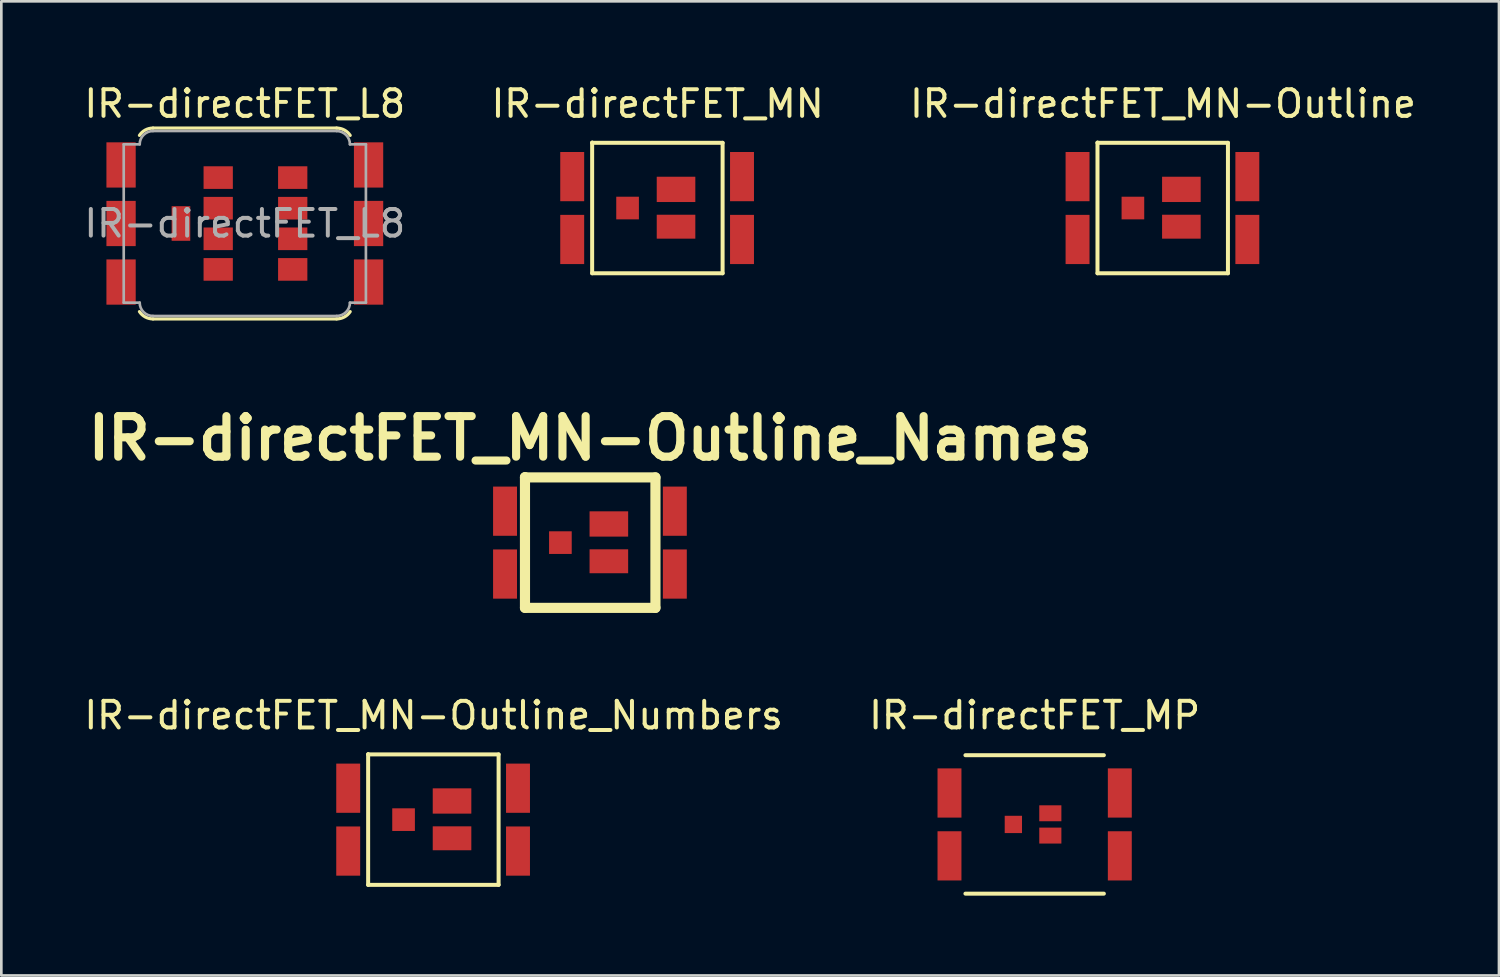
<source format=kicad_pcb>
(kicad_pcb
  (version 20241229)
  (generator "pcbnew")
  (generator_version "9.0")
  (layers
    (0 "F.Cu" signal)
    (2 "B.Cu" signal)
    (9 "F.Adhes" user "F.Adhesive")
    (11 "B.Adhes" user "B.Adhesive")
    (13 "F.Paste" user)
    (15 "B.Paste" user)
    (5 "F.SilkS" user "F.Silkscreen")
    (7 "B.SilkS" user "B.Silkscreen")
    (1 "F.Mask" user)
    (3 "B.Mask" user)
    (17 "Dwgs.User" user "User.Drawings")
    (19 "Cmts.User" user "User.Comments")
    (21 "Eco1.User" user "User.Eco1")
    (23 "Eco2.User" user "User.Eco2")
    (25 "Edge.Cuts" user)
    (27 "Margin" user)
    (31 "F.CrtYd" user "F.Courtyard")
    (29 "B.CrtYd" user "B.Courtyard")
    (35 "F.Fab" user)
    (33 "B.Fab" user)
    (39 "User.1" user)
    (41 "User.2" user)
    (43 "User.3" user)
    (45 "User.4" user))
  (footprint "IR-directFET_MP"
    (layer "F.Cu")
    (at 35.827 27.928)
    (property "Reference" "IR-directFET_MP" (at 0 -4.1 0) (layer "F.SilkS") (effects (font (size 1 1) (thickness 0.15))))
    (attr through_hole)
    (fp_line (start -2.601 -2.601) (end 2.601 -2.601) (stroke (width 0.15) (type solid)) (layer "F.SilkS"))
    (fp_line (start 2.601 2.601) (end -2.601 2.601) (stroke (width 0.15) (type solid)) (layer "F.SilkS"))
    (pad "1" smd rect (at 3.2 -1.181) (size 0.899 1.849) (layers "F.Cu" "F.Mask" "F.Paste"))
    (pad "2" smd rect (at 3.2 1.181) (size 0.899 1.849) (layers "F.Cu" "F.Mask" "F.Paste"))
    (pad "3" smd rect (at 0.589 -0.419) (size 0.831 0.599) (layers "F.Cu" "F.Mask" "F.Paste"))
    (pad "4" smd rect (at 0.589 0.419) (size 0.831 0.599) (layers "F.Cu" "F.Mask" "F.Paste"))
    (pad "5" smd rect (at -0.8 0) (size 0.65 0.65) (layers "F.Cu" "F.Mask" "F.Paste"))
    (pad "6" smd rect (at -3.2 -1.181) (size 0.899 1.849) (layers "F.Cu" "F.Mask" "F.Paste"))
    (pad "7" smd rect (at -3.2 1.181) (size 0.899 1.849) (layers "F.Cu" "F.Mask" "F.Paste")))
  (footprint "IR-directFET_MN"
    (layer "F.Cu")
    (at 21.651 4.767)
    (property "Reference" "IR-directFET_MN" (at 0.01 -3.919 0) (layer "F.SilkS") (effects (font (size 1 1) (thickness 0.15))))
    (attr through_hole)
    (fp_line (start -2.451 -2.451) (end -2.451 -2.461) (stroke (width 0.15) (type solid)) (layer "F.SilkS"))
    (fp_line (start -2.451 2.451) (end -2.451 -2.451) (stroke (width 0.15) (type solid)) (layer "F.SilkS"))
    (fp_line (start -2.441 -2.451) (end 2.451 -2.451) (stroke (width 0.15) (type solid)) (layer "F.SilkS"))
    (fp_line (start 2.451 -2.451) (end 2.451 2.451) (stroke (width 0.15) (type solid)) (layer "F.SilkS"))
    (fp_line (start 2.451 2.451) (end -2.451 2.451) (stroke (width 0.15) (type solid)) (layer "F.SilkS"))
    (pad "1" smd rect (at 3.18 -1.181) (size 0.899 1.849) (layers "F.Cu" "F.Mask" "F.Paste"))
    (pad "2" smd rect (at 3.18 1.181) (size 0.899 1.849) (layers "F.Cu" "F.Mask" "F.Paste"))
    (pad "3" smd rect (at 0.701 -0.701) (size 1.45 0.95) (layers "F.Cu" "F.Mask" "F.Paste"))
    (pad "4" smd rect (at 0.701 0.701) (size 1.45 0.899) (layers "F.Cu" "F.Mask" "F.Paste"))
    (pad "5" smd rect (at -1.12 0) (size 0.851 0.851) (layers "F.Cu" "F.Mask" "F.Paste"))
    (pad "6" smd rect (at -3.2 -1.181) (size 0.899 1.849) (layers "F.Cu" "F.Mask" "F.Paste"))
    (pad "7" smd rect (at -3.2 1.181) (size 0.899 1.849) (layers "F.Cu" "F.Mask" "F.Paste")))
  (footprint "IR-directFET_MN-Outline_Numbers"
    (layer "F.Cu")
    (at 13.234 27.748)
    (property "Reference" "IR-directFET_MN-Outline_Numbers" (at 0.01 -3.919 0) (layer "F.SilkS") (effects (font (size 1 1) (thickness 0.15))))
    (attr through_hole)
    (fp_line (start -2.451 -2.451) (end -2.451 -2.461) (stroke (width 0.15) (type solid)) (layer "F.SilkS"))
    (fp_line (start -2.451 2.451) (end -2.451 -2.451) (stroke (width 0.15) (type solid)) (layer "F.SilkS"))
    (fp_line (start -2.441 -2.451) (end 2.451 -2.451) (stroke (width 0.15) (type solid)) (layer "F.SilkS"))
    (fp_line (start 2.451 -2.451) (end 2.451 2.451) (stroke (width 0.15) (type solid)) (layer "F.SilkS"))
    (fp_line (start 2.451 2.451) (end -2.451 2.451) (stroke (width 0.15) (type solid)) (layer "F.SilkS"))
    (pad "1" smd rect (at 3.18 -1.181) (size 0.899 1.849) (layers "F.Cu" "F.Mask" "F.Paste"))
    (pad "2" smd rect (at 3.18 1.181) (size 0.899 1.849) (layers "F.Cu" "F.Mask" "F.Paste"))
    (pad "3" smd rect (at 0.701 -0.701) (size 1.45 0.95) (layers "F.Cu" "F.Mask" "F.Paste"))
    (pad "4" smd rect (at 0.701 0.701) (size 1.45 0.899) (layers "F.Cu" "F.Mask" "F.Paste"))
    (pad "5" smd rect (at -1.12 0) (size 0.851 0.851) (layers "F.Cu" "F.Mask" "F.Paste"))
    (pad "6" smd rect (at -3.2 -1.181) (size 0.899 1.849) (layers "F.Cu" "F.Mask" "F.Paste"))
    (pad "7" smd rect (at -3.2 1.181) (size 0.899 1.849) (layers "F.Cu" "F.Mask" "F.Paste")))
  (footprint "IR-directFET_MN-Outline"
    (layer "F.Cu")
    (at 40.639 4.767)
    (property "Reference" "IR-directFET_MN-Outline" (at 0.01 -3.919 0) (layer "F.SilkS") (effects (font (size 1 1) (thickness 0.15))))
    (attr through_hole)
    (fp_line (start -2.451 -2.451) (end -2.451 -2.461) (stroke (width 0.15) (type solid)) (layer "F.SilkS"))
    (fp_line (start -2.451 2.451) (end -2.451 -2.451) (stroke (width 0.15) (type solid)) (layer "F.SilkS"))
    (fp_line (start -2.441 -2.451) (end 2.451 -2.451) (stroke (width 0.15) (type solid)) (layer "F.SilkS"))
    (fp_line (start 2.451 -2.451) (end 2.451 2.451) (stroke (width 0.15) (type solid)) (layer "F.SilkS"))
    (fp_line (start 2.451 2.451) (end -2.451 2.451) (stroke (width 0.15) (type solid)) (layer "F.SilkS"))
    (pad "1" smd rect (at 3.18 -1.181) (size 0.899 1.849) (layers "F.Cu" "F.Mask" "F.Paste"))
    (pad "2" smd rect (at 3.18 1.181) (size 0.899 1.849) (layers "F.Cu" "F.Mask" "F.Paste"))
    (pad "3" smd rect (at 0.701 -0.701) (size 1.45 0.95) (layers "F.Cu" "F.Mask" "F.Paste"))
    (pad "4" smd rect (at 0.701 0.701) (size 1.45 0.899) (layers "F.Cu" "F.Mask" "F.Paste"))
    (pad "5" smd rect (at -1.12 0) (size 0.851 0.851) (layers "F.Cu" "F.Mask" "F.Paste"))
    (pad "6" smd rect (at -3.2 -1.181) (size 0.899 1.849) (layers "F.Cu" "F.Mask" "F.Paste"))
    (pad "7" smd rect (at -3.2 1.181) (size 0.899 1.849) (layers "F.Cu" "F.Mask" "F.Paste")))
  (footprint "IR-directFET_L8"
    (layer "F.Cu")
    (at 6.149 5.348)
    (property "Reference" "IR-directFET_L8" (at 0 -4.5 0) (layer "F.SilkS") (effects (font (size 1 1) (thickness 0.15))))
    (attr through_hole)
    (fp_line (start 3.45 -3.585) (end -3.45 -3.585) (stroke (width 0.12) (type solid)) (layer "F.SilkS"))
    (fp_line (start 3.45 3.585) (end -3.45 3.585) (stroke (width 0.12) (type solid)) (layer "F.SilkS"))
    (fp_arc (start -3.959257 -3.310793) (mid -3.739194 -3.512091) (end -3.45 -3.585) (stroke (width 0.12) (type solid)) (layer "F.SilkS"))
    (fp_arc (start -3.45 3.585) (mid -3.739194 3.512091) (end -3.959257 3.310793) (stroke (width 0.12) (type solid)) (layer "F.SilkS"))
    (fp_arc (start 3.45 -3.585) (mid 3.739502 -3.511925) (end 3.959642 -3.310209) (stroke (width 0.12) (type solid)) (layer "F.SilkS"))
    (fp_arc (start 3.959257 3.310793) (mid 3.739194 3.512091) (end 3.45 3.585) (stroke (width 0.12) (type solid)) (layer "F.SilkS"))
    (fp_line (start -4.55 -2.975) (end -4.55 2.975) (stroke (width 0.1) (type solid)) (layer "F.Fab"))
    (fp_line (start -4.55 -2.975) (end -3.95 -2.975) (stroke (width 0.1) (type solid)) (layer "F.Fab"))
    (fp_line (start -4.55 2.975) (end -3.95 2.975) (stroke (width 0.1) (type solid)) (layer "F.Fab"))
    (fp_line (start 3.45 -3.475) (end -3.45 -3.475) (stroke (width 0.1) (type solid)) (layer "F.Fab"))
    (fp_line (start 3.45 3.475) (end -3.45 3.475) (stroke (width 0.1) (type solid)) (layer "F.Fab"))
    (fp_line (start 4.55 -2.975) (end 3.95 -2.975) (stroke (width 0.1) (type solid)) (layer "F.Fab"))
    (fp_line (start 4.55 -2.975) (end 4.55 2.975) (stroke (width 0.1) (type solid)) (layer "F.Fab"))
    (fp_line (start 4.55 2.975) (end 3.95 2.975) (stroke (width 0.1) (type solid)) (layer "F.Fab"))
    (fp_arc (start -3.95 -2.975) (mid -3.803553 -3.328553) (end -3.45 -3.475) (stroke (width 0.1) (type solid)) (layer "F.Fab"))
    (fp_arc (start -3.45 3.475) (mid -3.803862 3.328245) (end -3.949999 2.974127) (stroke (width 0.1) (type solid)) (layer "F.Fab"))
    (fp_arc (start 3.45 -3.475) (mid 3.803862 -3.328245) (end 3.949999 -2.974127) (stroke (width 0.1) (type solid)) (layer "F.Fab"))
    (fp_arc (start 3.95 2.975) (mid 3.803553 3.328553) (end 3.45 3.475) (stroke (width 0.1) (type solid)) (layer "F.Fab"))
    (fp_text user "${REFERENCE}" (at 0 0 0) (layer "F.Fab") (effects (font (size 1 1) (thickness 0.15))))
    (pad "1" smd rect (at -4.65 -2.2) (size 1.1 1.7) (layers "F.Cu" "F.Mask" "F.Paste"))
    (pad "1" smd rect (at -4.65 0) (size 1.1 1.7) (layers "F.Cu" "F.Mask" "F.Paste"))
    (pad "1" smd rect (at -4.65 2.2) (size 1.1 1.7) (layers "F.Cu" "F.Mask" "F.Paste"))
    (pad "1" smd rect (at 4.65 -2.2) (size 1.1 1.7) (layers "F.Cu" "F.Mask" "F.Paste"))
    (pad "1" smd rect (at 4.65 0) (size 1.1 1.7) (layers "F.Cu" "F.Mask" "F.Paste"))
    (pad "1" smd rect (at 4.65 2.2) (size 1.1 1.7) (layers "F.Cu" "F.Mask" "F.Paste"))
    (pad "2" smd rect (at -1 -1.725) (size 1.1 0.85) (layers "F.Cu" "F.Mask" "F.Paste"))
    (pad "2" smd rect (at -1 -0.575) (size 1.1 0.85) (layers "F.Cu" "F.Mask" "F.Paste"))
    (pad "2" smd rect (at -1 0.575) (size 1.1 0.85) (layers "F.Cu" "F.Mask" "F.Paste"))
    (pad "2" smd rect (at -1 1.725) (size 1.1 0.85) (layers "F.Cu" "F.Mask" "F.Paste"))
    (pad "2" smd rect (at 1.8 -1.725) (size 1.1 0.85) (layers "F.Cu" "F.Mask" "F.Paste"))
    (pad "2" smd rect (at 1.8 -0.575) (size 1.1 0.85) (layers "F.Cu" "F.Mask" "F.Paste"))
    (pad "2" smd rect (at 1.8 0.575) (size 1.1 0.85) (layers "F.Cu" "F.Mask" "F.Paste"))
    (pad "2" smd rect (at 1.8 1.725) (size 1.1 0.85) (layers "F.Cu" "F.Mask" "F.Paste"))
    (pad "3" smd rect (at -2.4 0) (size 0.7 1.3) (layers "F.Cu" "F.Mask" "F.Paste")))
  (footprint "IR-directFET_MN-Outline_Names"
    (layer "F.Cu")
    (at 19.127 17.339)
    (property "Reference" "IR-directFET_MN-Outline_Names" (at 0.01 -3.919 0) (layer "F.SilkS") (effects (font (size 1.524 1.524) (thickness 0.305))))
    (attr through_hole)
    (fp_line (start -2.451 -2.451) (end -2.451 -2.461) (stroke (width 0.381) (type solid)) (layer "F.SilkS"))
    (fp_line (start -2.451 2.451) (end -2.451 -2.451) (stroke (width 0.381) (type solid)) (layer "F.SilkS"))
    (fp_line (start -2.441 -2.451) (end 2.451 -2.451) (stroke (width 0.381) (type solid)) (layer "F.SilkS"))
    (fp_line (start 2.451 -2.451) (end 2.451 2.451) (stroke (width 0.381) (type solid)) (layer "F.SilkS"))
    (fp_line (start 2.451 2.451) (end -2.451 2.451) (stroke (width 0.381) (type solid)) (layer "F.SilkS"))
    (pad "D" smd rect (at -3.2 -1.181) (size 0.899 1.849) (layers "F.Cu" "F.Mask" "F.Paste"))
    (pad "D" smd rect (at -3.2 1.181) (size 0.899 1.849) (layers "F.Cu" "F.Mask" "F.Paste"))
    (pad "D" smd rect (at 3.18 -1.181) (size 0.899 1.849) (layers "F.Cu" "F.Mask" "F.Paste"))
    (pad "D" smd rect (at 3.18 1.181) (size 0.899 1.849) (layers "F.Cu" "F.Mask" "F.Paste"))
    (pad "G" smd rect (at -1.12 0) (size 0.851 0.851) (layers "F.Cu" "F.Mask" "F.Paste"))
    (pad "S" smd rect (at 0.701 -0.701) (size 1.45 0.95) (layers "F.Cu" "F.Mask" "F.Paste"))
    (pad "S" smd rect (at 0.701 0.701) (size 1.45 0.899) (layers "F.Cu" "F.Mask" "F.Paste")))
  (gr_rect
    (start -3 -3)
    (end 53.274 33.604)
    (stroke (width 0.1) (type default))
    (fill no)
    (layer "Edge.Cuts")))
</source>
